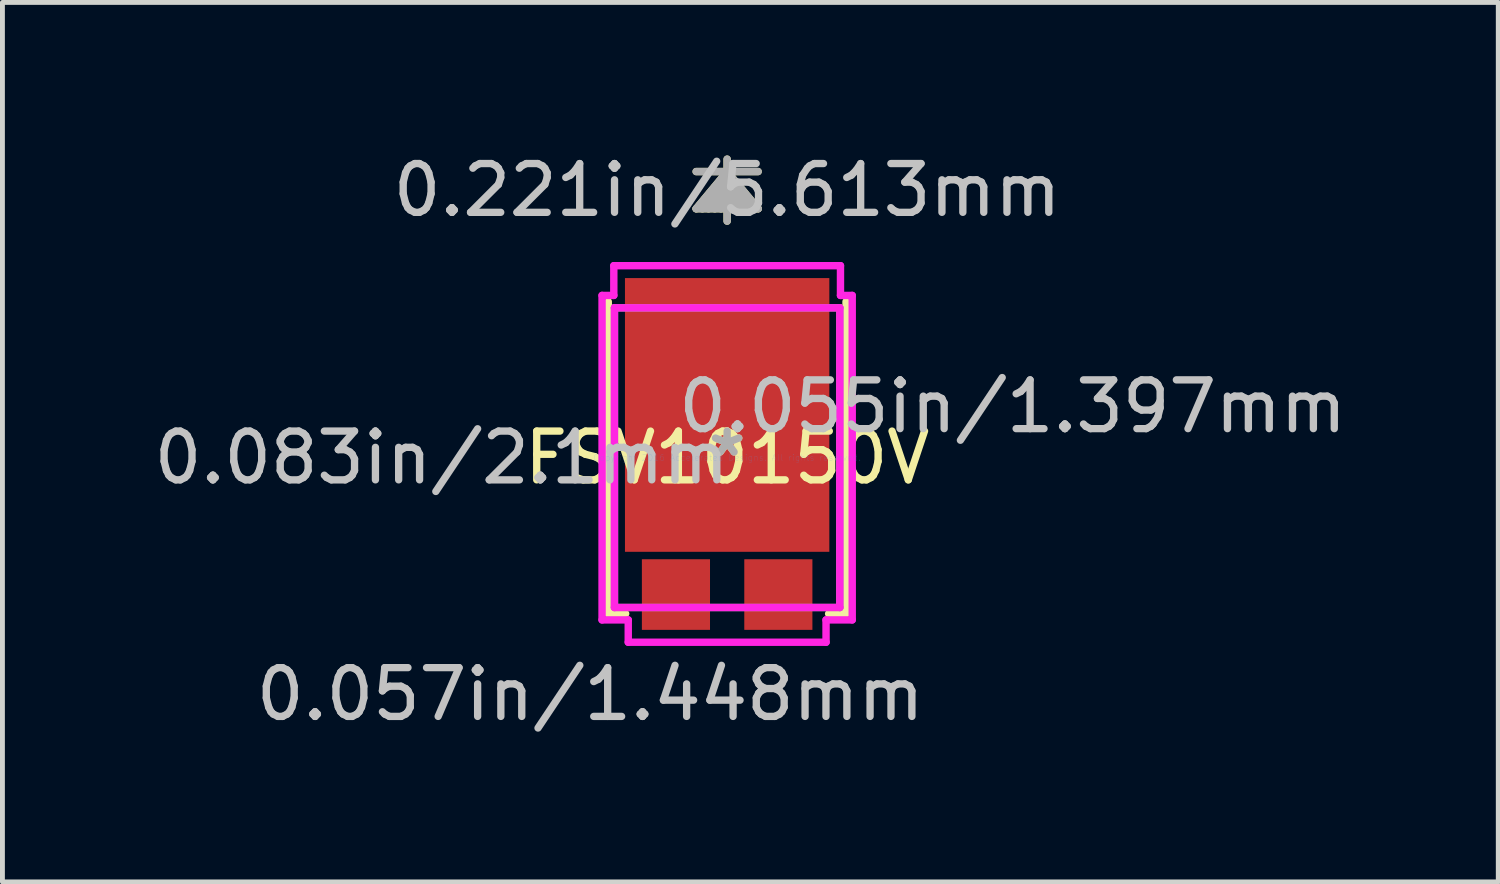
<source format=kicad_pcb>
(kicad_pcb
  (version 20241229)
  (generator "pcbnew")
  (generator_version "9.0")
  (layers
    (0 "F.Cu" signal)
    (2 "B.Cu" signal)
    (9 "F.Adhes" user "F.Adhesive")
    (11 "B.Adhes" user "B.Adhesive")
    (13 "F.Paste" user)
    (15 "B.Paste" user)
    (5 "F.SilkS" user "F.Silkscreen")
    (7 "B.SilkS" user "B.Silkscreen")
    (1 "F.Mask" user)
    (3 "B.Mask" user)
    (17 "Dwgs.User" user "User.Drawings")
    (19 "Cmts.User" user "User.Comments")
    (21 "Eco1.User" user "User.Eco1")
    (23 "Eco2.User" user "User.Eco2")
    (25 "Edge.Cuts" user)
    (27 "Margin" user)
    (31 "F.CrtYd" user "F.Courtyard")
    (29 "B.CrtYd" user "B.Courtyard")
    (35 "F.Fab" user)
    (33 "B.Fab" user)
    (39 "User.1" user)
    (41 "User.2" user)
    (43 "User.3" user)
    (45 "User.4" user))
  (footprint "FSV10150V"
    (layer "F.Cu")
    (at 11.861 6.335)
    (property "Reference" "FSV10150V" (at 0 0 0) (layer "F.SilkS") (effects (font (size 1 1) (thickness 0.15))))
    (attr through_hole)
    (fp_line (start -2.438 -3.2) (end -2.438 3.2) (stroke (width 0.152) (type solid)) (layer "F.SilkS"))
    (fp_line (start -2.438 3.2) (end -2.081 3.2) (stroke (width 0.152) (type solid)) (layer "F.SilkS"))
    (fp_line (start 0 -5.867) (end -0.635 -5.105) (stroke (width 0.152) (type solid)) (layer "F.SilkS"))
    (fp_line (start 0 -5.867) (end -0.508 -5.105) (stroke (width 0.152) (type solid)) (layer "F.SilkS"))
    (fp_line (start 0 -5.867) (end -0.381 -5.105) (stroke (width 0.152) (type solid)) (layer "F.SilkS"))
    (fp_line (start 0 -5.867) (end -0.254 -5.105) (stroke (width 0.152) (type solid)) (layer "F.SilkS"))
    (fp_line (start 0 -5.867) (end -0.127 -5.105) (stroke (width 0.152) (type solid)) (layer "F.SilkS"))
    (fp_line (start 0 -5.867) (end 0.127 -5.105) (stroke (width 0.152) (type solid)) (layer "F.SilkS"))
    (fp_line (start 0 -5.867) (end 0.254 -5.105) (stroke (width 0.152) (type solid)) (layer "F.SilkS"))
    (fp_line (start 0 -5.867) (end 0.381 -5.105) (stroke (width 0.152) (type solid)) (layer "F.SilkS"))
    (fp_line (start 0 -5.867) (end 0.508 -5.105) (stroke (width 0.152) (type solid)) (layer "F.SilkS"))
    (fp_line (start 0 -5.867) (end 0.635 -5.105) (stroke (width 0.152) (type solid)) (layer "F.SilkS"))
    (fp_line (start 0 -4.851) (end 0 -6.121) (stroke (width 0.152) (type solid)) (layer "F.SilkS"))
    (fp_line (start 0.635 -5.867) (end -0.635 -5.867) (stroke (width 0.152) (type solid)) (layer "F.SilkS"))
    (fp_line (start 0.635 -5.105) (end -0.635 -5.105) (stroke (width 0.152) (type solid)) (layer "F.SilkS"))
    (fp_line (start 2.081 3.2) (end 2.438 3.2) (stroke (width 0.152) (type solid)) (layer "F.SilkS"))
    (fp_line (start 2.438 3.2) (end 2.438 -3.2) (stroke (width 0.152) (type solid)) (layer "F.SilkS"))
    (fp_line (start -2.565 -3.327) (end -2.324 -3.327) (stroke (width 0.152) (type solid)) (layer "F.CrtYd"))
    (fp_line (start -2.565 3.327) (end -2.565 -3.327) (stroke (width 0.152) (type solid)) (layer "F.CrtYd"))
    (fp_line (start -2.324 -3.937) (end 2.324 -3.937) (stroke (width 0.152) (type solid)) (layer "F.CrtYd"))
    (fp_line (start -2.324 -3.327) (end -2.324 -3.937) (stroke (width 0.152) (type solid)) (layer "F.CrtYd"))
    (fp_line (start -2.311 -3.073) (end 2.311 -3.073) (stroke (width 0.152) (type solid)) (layer "F.CrtYd"))
    (fp_line (start -2.311 3.073) (end -2.311 -3.073) (stroke (width 0.152) (type solid)) (layer "F.CrtYd"))
    (fp_line (start -2.028 3.327) (end -2.565 3.327) (stroke (width 0.152) (type solid)) (layer "F.CrtYd"))
    (fp_line (start -2.028 3.785) (end -2.028 3.327) (stroke (width 0.152) (type solid)) (layer "F.CrtYd"))
    (fp_line (start 2.028 3.327) (end 2.028 3.785) (stroke (width 0.152) (type solid)) (layer "F.CrtYd"))
    (fp_line (start 2.028 3.785) (end -2.028 3.785) (stroke (width 0.152) (type solid)) (layer "F.CrtYd"))
    (fp_line (start 2.311 -3.073) (end 2.311 3.073) (stroke (width 0.152) (type solid)) (layer "F.CrtYd"))
    (fp_line (start 2.311 3.073) (end -2.311 3.073) (stroke (width 0.152) (type solid)) (layer "F.CrtYd"))
    (fp_line (start 2.324 -3.937) (end 2.324 -3.327) (stroke (width 0.152) (type solid)) (layer "F.CrtYd"))
    (fp_line (start 2.324 -3.327) (end 2.565 -3.327) (stroke (width 0.152) (type solid)) (layer "F.CrtYd"))
    (fp_line (start 2.565 -3.327) (end 2.565 3.327) (stroke (width 0.152) (type solid)) (layer "F.CrtYd"))
    (fp_line (start 2.565 3.327) (end 2.028 3.327) (stroke (width 0.152) (type solid)) (layer "F.CrtYd"))
    (fp_line (start -2.311 -3.073) (end -2.311 3.073) (stroke (width 0.152) (type solid)) (layer "F.Fab"))
    (fp_line (start -2.311 3.073) (end 2.311 3.073) (stroke (width 0.152) (type solid)) (layer "F.Fab"))
    (fp_line (start 0 -5.867) (end -0.635 -5.105) (stroke (width 0.152) (type solid)) (layer "F.Fab"))
    (fp_line (start 0 -5.867) (end -0.508 -5.105) (stroke (width 0.152) (type solid)) (layer "F.Fab"))
    (fp_line (start 0 -5.867) (end -0.381 -5.105) (stroke (width 0.152) (type solid)) (layer "F.Fab"))
    (fp_line (start 0 -5.867) (end -0.254 -5.105) (stroke (width 0.152) (type solid)) (layer "F.Fab"))
    (fp_line (start 0 -5.867) (end -0.127 -5.105) (stroke (width 0.152) (type solid)) (layer "F.Fab"))
    (fp_line (start 0 -5.867) (end 0.127 -5.105) (stroke (width 0.152) (type solid)) (layer "F.Fab"))
    (fp_line (start 0 -5.867) (end 0.254 -5.105) (stroke (width 0.152) (type solid)) (layer "F.Fab"))
    (fp_line (start 0 -5.867) (end 0.381 -5.105) (stroke (width 0.152) (type solid)) (layer "F.Fab"))
    (fp_line (start 0 -5.867) (end 0.508 -5.105) (stroke (width 0.152) (type solid)) (layer "F.Fab"))
    (fp_line (start 0 -5.867) (end 0.635 -5.105) (stroke (width 0.152) (type solid)) (layer "F.Fab"))
    (fp_line (start 0 -4.851) (end 0 -6.121) (stroke (width 0.152) (type solid)) (layer "F.Fab"))
    (fp_line (start 0.635 -5.867) (end -0.635 -5.867) (stroke (width 0.152) (type solid)) (layer "F.Fab"))
    (fp_line (start 0.635 -5.105) (end -0.635 -5.105) (stroke (width 0.152) (type solid)) (layer "F.Fab"))
    (fp_line (start 2.311 -3.073) (end -2.311 -3.073) (stroke (width 0.152) (type solid)) (layer "F.Fab"))
    (fp_line (start 2.311 3.073) (end 2.311 -3.073) (stroke (width 0.152) (type solid)) (layer "F.Fab"))
    (fp_text user "*" (at 0 0 0) (layer "F.SilkS") (effects (font (size 1 1) (thickness 0.15))))
    (fp_text user "0.083in/2.1mm" (at -5.855 0 0) (layer "Dwgs.User") (effects (font (size 1 1) (thickness 0.15))))
    (fp_text user "0.055in/1.397mm" (at 5.855 -1.05 0) (layer "Dwgs.User") (effects (font (size 1 1) (thickness 0.15))))
    (fp_text user "0.057in/1.448mm" (at -2.807 4.851 0) (layer "Dwgs.User") (effects (font (size 1 1) (thickness 0.15))))
    (fp_text user "0.221in/5.613mm" (at 0 -5.486 0) (layer "Dwgs.User") (effects (font (size 1 1) (thickness 0.15))))
    (fp_text user "Copyright 2016 Accelerated Designs. All rights reserved." (at 0 0 0) (layer "Cmts.User") (effects (font (size 0.127 0.127) (thickness 0.002))))
    (fp_text user "*" (at 0 0 0) (layer "F.Fab") (effects (font (size 1 1) (thickness 0.15))))
    (pad "1" smd rect (at 0 -0.876 90) (size 5.613 4.191) (layers "F.Cu" "F.Mask" "F.Paste"))
    (pad "2" smd rect (at -1.05 2.807 90) (size 1.448 1.397) (layers "F.Cu" "F.Mask" "F.Paste"))
    (pad "3" smd rect (at 1.05 2.807 90) (size 1.448 1.397) (layers "F.Cu" "F.Mask" "F.Paste")))
  (gr_rect
    (start -3 -3)
    (end 27.674 15.034)
    (stroke (width 0.1) (type default))
    (fill no)
    (layer "Edge.Cuts")))
</source>
